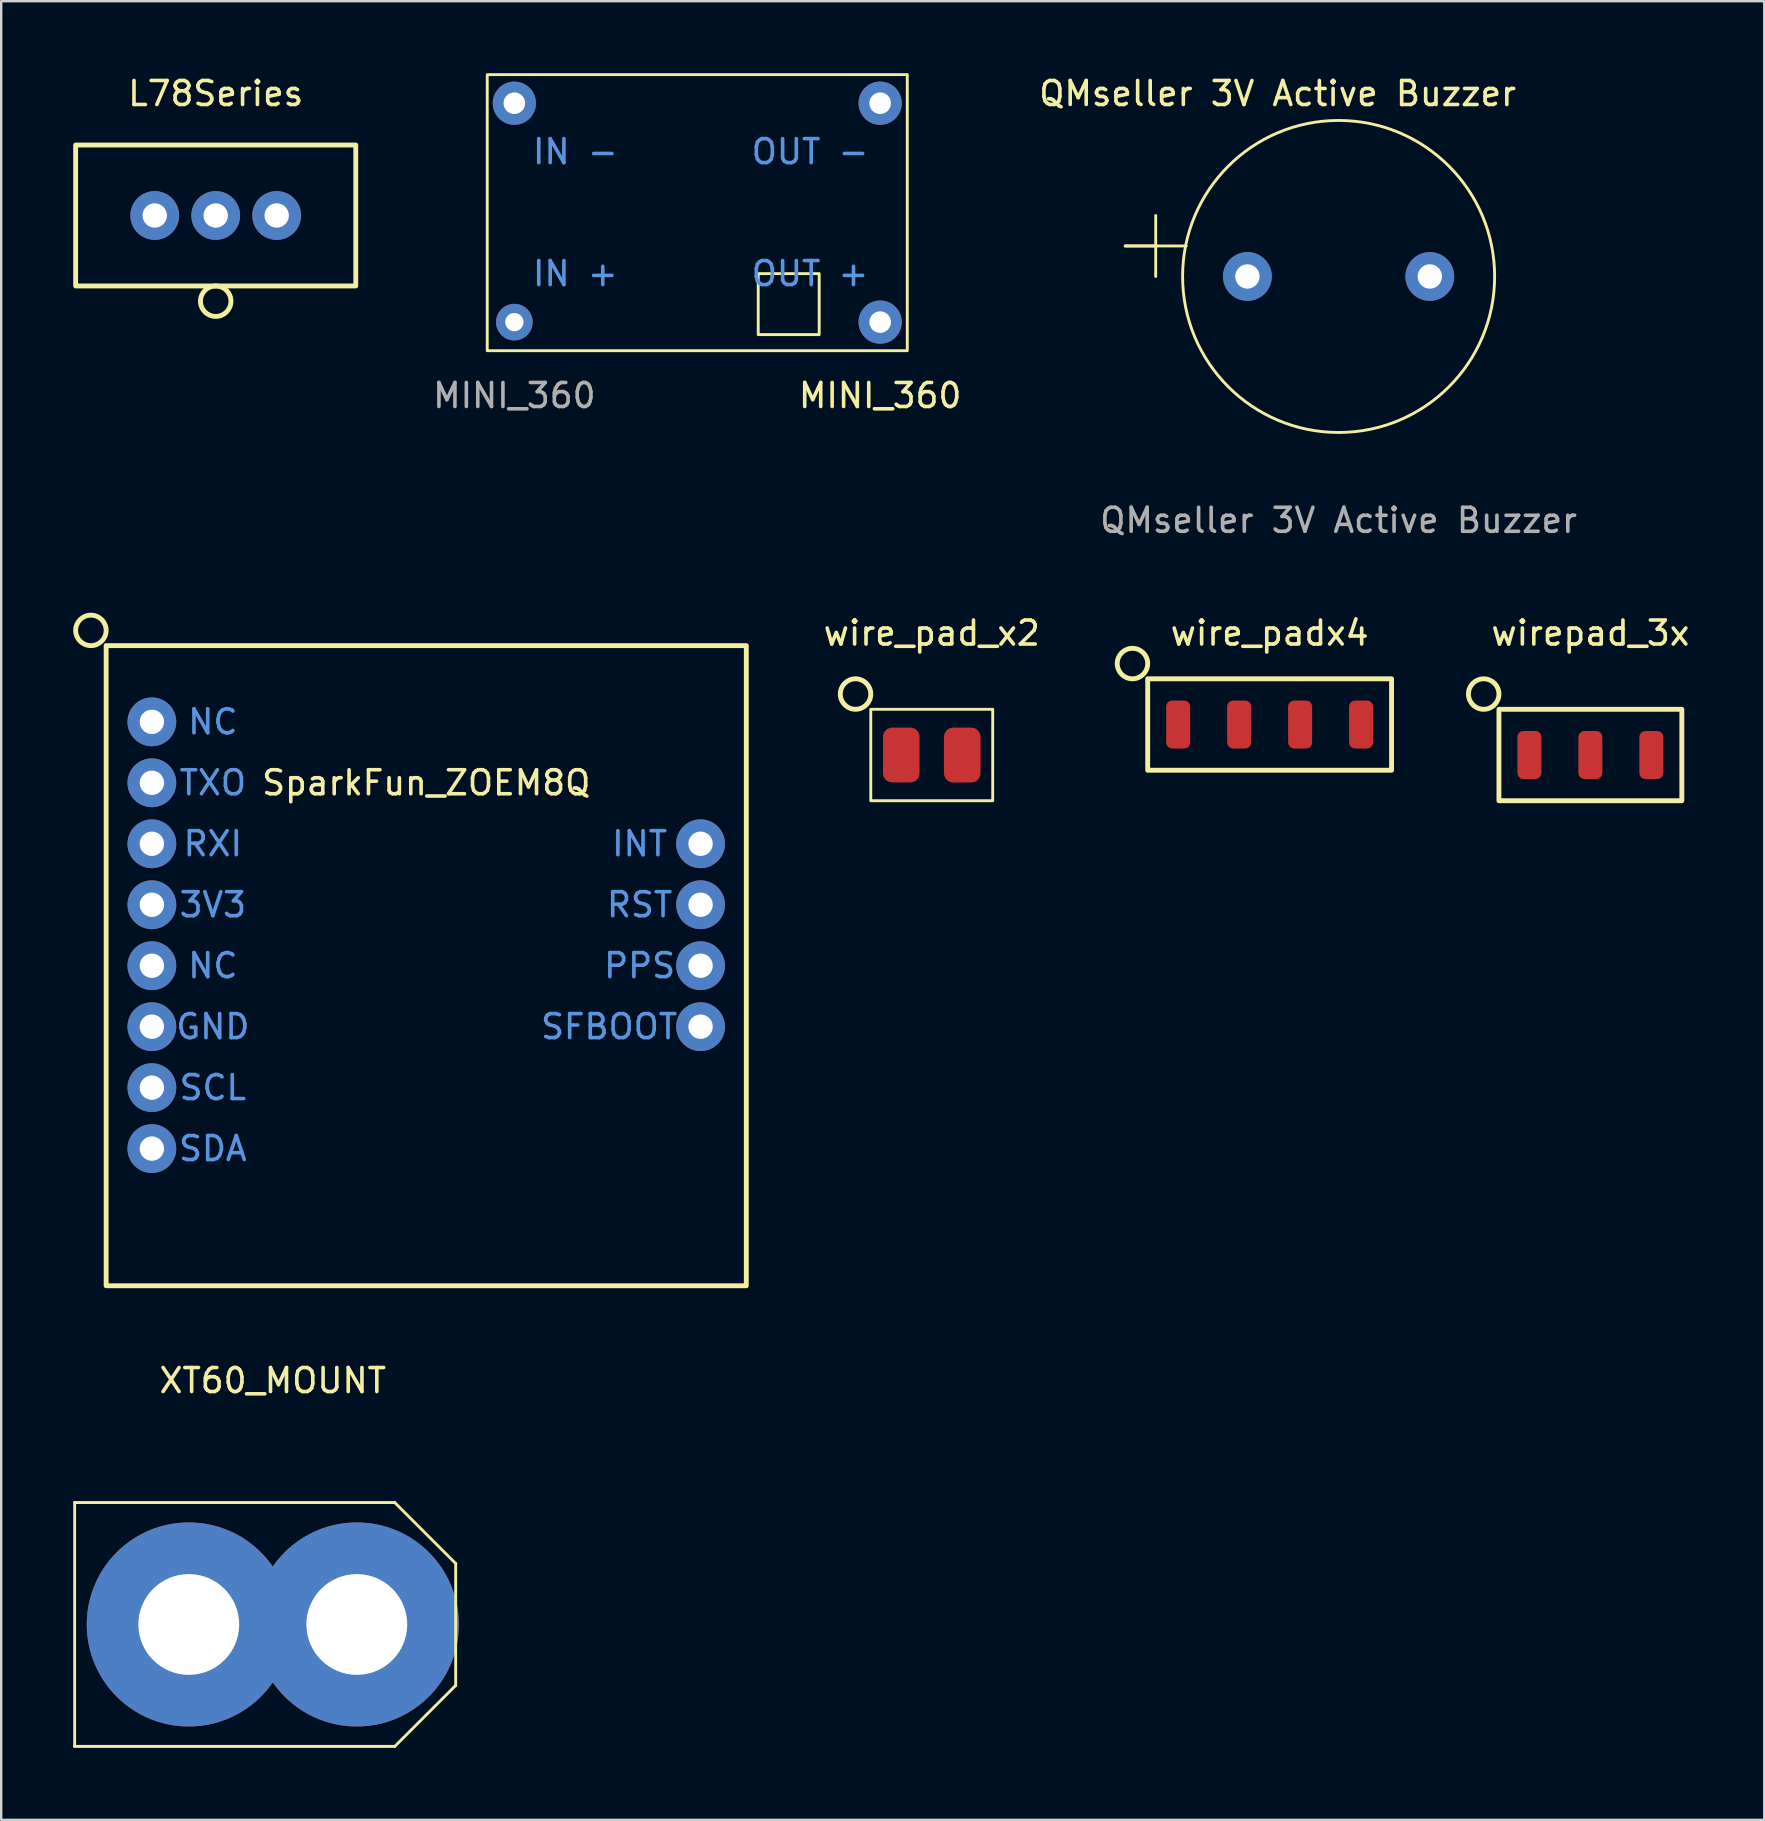
<source format=kicad_pcb>
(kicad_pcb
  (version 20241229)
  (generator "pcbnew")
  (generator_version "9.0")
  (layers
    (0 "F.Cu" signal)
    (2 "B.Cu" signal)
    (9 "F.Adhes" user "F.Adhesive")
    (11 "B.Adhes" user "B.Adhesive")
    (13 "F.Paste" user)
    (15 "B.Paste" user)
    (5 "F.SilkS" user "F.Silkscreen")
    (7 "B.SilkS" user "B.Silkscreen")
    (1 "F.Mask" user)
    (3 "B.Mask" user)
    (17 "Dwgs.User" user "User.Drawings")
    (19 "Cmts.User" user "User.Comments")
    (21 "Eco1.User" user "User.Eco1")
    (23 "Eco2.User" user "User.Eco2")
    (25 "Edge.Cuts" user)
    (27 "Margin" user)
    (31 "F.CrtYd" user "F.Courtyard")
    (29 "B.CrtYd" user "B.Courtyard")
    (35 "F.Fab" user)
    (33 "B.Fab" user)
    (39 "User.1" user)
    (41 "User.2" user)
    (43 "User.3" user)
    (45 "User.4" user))
  (footprint "XT60_MOUNT"
    (layer "F.Cu")
    (at 8.315 64.628)
    (property "Reference" "XT60_MOUNT" (at 0 -10.16 0) (unlocked yes) (layer "F.SilkS") (effects (font (size 1 1) (thickness 0.15))))
    (attr through_hole)
    (fp_line (start -8.255 -5.08) (end -8.255 5.08) (stroke (width 0.12) (type solid)) (layer "F.SilkS"))
    (fp_line (start -8.255 5.08) (end 5.08 5.08) (stroke (width 0.12) (type solid)) (layer "F.SilkS"))
    (fp_line (start 5.08 -5.08) (end -8.255 -5.08) (stroke (width 0.12) (type solid)) (layer "F.SilkS"))
    (fp_line (start 7.62 -2.54) (end 5.08 -5.08) (stroke (width 0.12) (type solid)) (layer "F.SilkS"))
    (fp_line (start 7.62 2.54) (end 5.08 5.08) (stroke (width 0.12) (type solid)) (layer "F.SilkS"))
    (fp_line (start 7.62 2.54) (end 7.62 -2.54) (stroke (width 0.12) (type solid)) (layer "F.SilkS"))
    (pad "1" thru_hole circle (at -3.5 0) (size 8.5 8.5) (drill 4.2) (layers "*.Cu" "*.Mask"))
    (pad "2" thru_hole circle (at 3.5 0) (size 8.5 8.5) (drill 4.2) (layers "*.Cu" "*.Mask")))
  (footprint "wirepad_3x"
    (layer "F.Cu")
    (at 63.208 28.405)
    (property "Reference" "wirepad_3x" (at 0 -5.08 0) (unlocked yes) (layer "F.SilkS") (effects (font (size 1 1) (thickness 0.15))))
    (attr smd)
    (fp_rect (start -3.81 1.905) (end 3.81 -1.905) (stroke (width 0.203) (type solid)) (fill no) (layer "F.SilkS"))
    (fp_circle (center -4.445 -2.54) (end -3.81 -2.54) (stroke (width 0.203) (type solid)) (fill no) (layer "F.SilkS"))
    (pad "1" smd roundrect (at -2.54 0) (size 1 2) (layers "F.Cu" "F.Mask" "F.Paste") (roundrect_rratio 0.25))
    (pad "2" smd roundrect (at 0 0) (size 1 2) (layers "F.Cu" "F.Mask" "F.Paste") (roundrect_rratio 0.25))
    (pad "3" smd roundrect (at 2.54 0) (size 1 2) (layers "F.Cu" "F.Mask" "F.Paste") (roundrect_rratio 0.25)))
  (footprint "QMseller 3V Active Buzzer"
    (layer "F.Cu")
    (at 52.719 8.468)
    (property "Reference" "QMseller 3V Active Buzzer" (at -2.54 -7.62 0) (unlocked yes) (layer "F.SilkS") (effects (font (size 1 1) (thickness 0.15))))
    (attr through_hole)
    (fp_line (start -7.62 -1.27) (end -8.89 -1.27) (stroke (width 0.12) (type solid)) (layer "F.SilkS"))
    (fp_line (start -7.62 0) (end -7.62 -2.54) (stroke (width 0.12) (type solid)) (layer "F.SilkS"))
    (fp_line (start -6.35 -1.27) (end -8.89 -1.27) (stroke (width 0.12) (type solid)) (layer "F.SilkS"))
    (fp_circle (center 0 0) (end 6.5 0) (stroke (width 0.12) (type solid)) (fill no) (layer "F.SilkS"))
    (fp_text user "${REFERENCE}" (at 0 10.16 0) (unlocked yes) (layer "F.Fab") (effects (font (size 1 1) (thickness 0.15))))
    (pad "1" thru_hole circle (at -3.8 0) (size 2.032 2.032) (drill 1.016) (layers "*.Cu" "*.Mask"))
    (pad "2" thru_hole circle (at 3.8 0) (size 2.032 2.032) (drill 1.016) (layers "*.Cu" "*.Mask")))
  (footprint "wire_padx4"
    (layer "F.Cu")
    (at 49.845 27.135)
    (property "Reference" "wire_padx4" (at 0 -3.81 0) (unlocked yes) (layer "F.SilkS") (effects (font (size 1 1) (thickness 0.15))))
    (attr smd)
    (fp_rect (start -5.08 1.905) (end 5.08 -1.905) (stroke (width 0.203) (type solid)) (fill no) (layer "F.SilkS"))
    (fp_circle (center -5.715 -2.54) (end -5.08 -2.54) (stroke (width 0.203) (type solid)) (fill no) (layer "F.SilkS"))
    (pad "1" smd roundrect (at -3.81 0 90) (size 2 1) (layers "F.Cu" "F.Mask" "F.Paste") (roundrect_rratio 0.25))
    (pad "2" smd roundrect (at -1.27 0 90) (size 2 1) (layers "F.Cu" "F.Mask" "F.Paste") (roundrect_rratio 0.25))
    (pad "3" smd roundrect (at 1.27 0 90) (size 2 1) (layers "F.Cu" "F.Mask" "F.Paste") (roundrect_rratio 0.25))
    (pad "4" smd roundrect (at 3.81 0 90) (size 2 1) (layers "F.Cu" "F.Mask" "F.Paste") (roundrect_rratio 0.25)))
  (footprint "SparkFun_ZOEM8Q"
    (layer "F.Cu")
    (at 14.707 33.373)
    (property "Reference" "SparkFun_ZOEM8Q" (at 0 -3.81 0) (unlocked yes) (layer "F.SilkS") (effects (font (size 1 1) (thickness 0.15))))
    (attr through_hole)
    (fp_rect (start -13.335 -9.525) (end 13.335 17.145) (stroke (width 0.203) (type solid)) (fill no) (layer "F.SilkS"))
    (fp_circle (center -13.97 -10.16) (end -13.335 -10.16) (stroke (width 0.203) (type solid)) (fill no) (layer "F.SilkS"))
    (fp_text user "TXO" (at -8.89 -3.81 0) (unlocked yes) (layer "Cmts.User") (effects (font (size 1 1) (thickness 0.15))))
    (fp_text user "3V3" (at -8.89 1.27 0) (unlocked yes) (layer "Cmts.User") (effects (font (size 1 1) (thickness 0.15))))
    (fp_text user "SFBOOT" (at 7.62 6.35 0) (unlocked yes) (layer "Cmts.User") (effects (font (size 1 1) (thickness 0.15))))
    (fp_text user "INT" (at 8.89 -1.27 0) (unlocked yes) (layer "Cmts.User") (effects (font (size 1 1) (thickness 0.15))))
    (fp_text user "SCL" (at -8.89 8.89 0) (unlocked yes) (layer "Cmts.User") (effects (font (size 1 1) (thickness 0.15))))
    (fp_text user "NC" (at -8.89 3.81 0) (unlocked yes) (layer "Cmts.User") (effects (font (size 1 1) (thickness 0.15))))
    (fp_text user "RXI" (at -8.89 -1.27 0) (unlocked yes) (layer "Cmts.User") (effects (font (size 1 1) (thickness 0.15))))
    (fp_text user "RST" (at 8.89 1.27 0) (unlocked yes) (layer "Cmts.User") (effects (font (size 1 1) (thickness 0.15))))
    (fp_text user "SDA" (at -8.89 11.43 0) (unlocked yes) (layer "Cmts.User") (effects (font (size 1 1) (thickness 0.15))))
    (fp_text user "PPS" (at 8.89 3.81 0) (unlocked yes) (layer "Cmts.User") (effects (font (size 1 1) (thickness 0.15))))
    (fp_text user "GND" (at -8.89 6.35 0) (unlocked yes) (layer "Cmts.User") (effects (font (size 1 1) (thickness 0.15))))
    (fp_text user "NC" (at -8.89 -6.35 0) (unlocked yes) (layer "Cmts.User") (effects (font (size 1 1) (thickness 0.15))))
    (pad "0" thru_hole circle (at -11.43 -6.35 270) (size 2.032 2.032) (drill 1.016) (layers "*.Cu" "*.Mask"))
    (pad "1" thru_hole circle (at -11.43 -3.81 270) (size 2.032 2.032) (drill 1.016) (layers "*.Cu" "*.Mask"))
    (pad "2" thru_hole circle (at -11.43 -1.27 270) (size 2.032 2.032) (drill 1.016) (layers "*.Cu" "*.Mask"))
    (pad "3" thru_hole circle (at -11.43 1.27 270) (size 2.032 2.032) (drill 1.016) (layers "*.Cu" "*.Mask"))
    (pad "4" thru_hole circle (at -11.43 3.81 270) (size 2.032 2.032) (drill 1.016) (layers "*.Cu" "*.Mask"))
    (pad "5" thru_hole circle (at -11.43 6.35 270) (size 2.032 2.032) (drill 1.016) (layers "*.Cu" "*.Mask"))
    (pad "6" thru_hole circle (at -11.43 8.89 270) (size 2.032 2.032) (drill 1.016) (layers "*.Cu" "*.Mask"))
    (pad "7" thru_hole circle (at -11.43 11.43 270) (size 2.032 2.032) (drill 1.016) (layers "*.Cu" "*.Mask"))
    (pad "8" thru_hole circle (at 11.43 -1.27 270) (size 2.032 2.032) (drill 1.016) (layers "*.Cu" "*.Mask"))
    (pad "9" thru_hole circle (at 11.43 1.27 270) (size 2.032 2.032) (drill 1.016) (layers "*.Cu" "*.Mask"))
    (pad "10" thru_hole circle (at 11.43 3.81 270) (size 2.032 2.032) (drill 1.016) (layers "*.Cu" "*.Mask"))
    (pad "12" thru_hole circle (at 11.43 6.35 270) (size 2.032 2.032) (drill 1.016) (layers "*.Cu" "*.Mask")))
  (footprint "L78Series"
    (layer "F.Cu")
    (at 5.937 5.928)
    (property "Reference" "L78Series" (at 0 -5.08 0) (unlocked yes) (layer "F.SilkS") (effects (font (size 1 1) (thickness 0.15))))
    (attr through_hole)
    (fp_rect (start -5.835 2.935) (end 5.835 -2.935) (stroke (width 0.203) (type solid)) (fill no) (layer "F.SilkS"))
    (fp_circle (center 0 3.57) (end 0.635 3.57) (stroke (width 0.203) (type solid)) (fill no) (layer "F.SilkS"))
    (pad "1" thru_hole circle (at -2.54 0) (size 2.032 2.032) (drill 1.016) (layers "*.Cu" "*.Mask"))
    (pad "2" thru_hole circle (at 0 0) (size 2.032 2.032) (drill 1.016) (layers "*.Cu" "*.Mask"))
    (pad "3" thru_hole circle (at 2.54 0) (size 2.032 2.032) (drill 1.016) (layers "*.Cu" "*.Mask")))
  (footprint "MINI_360"
    (layer "F.Cu")
    (at 25.999 5.81)
    (property "Reference" "MINI_360" (at 7.62 7.62 0) (unlocked yes) (layer "F.SilkS") (effects (font (size 1 1) (thickness 0.15))))
    (attr through_hole)
    (fp_rect (start 2.54 2.54) (end 5.08 5.08) (stroke (width 0.12) (type solid)) (fill no) (layer "F.SilkS"))
    (fp_rect (start 8.75 5.75) (end -8.75 -5.75) (stroke (width 0.12) (type solid)) (fill no) (layer "F.SilkS"))
    (fp_text user "OUT - " (at 5.08 -2.54 0) (unlocked yes) (layer "Cmts.User") (effects (font (size 1 1) (thickness 0.15))))
    (fp_text user "OUT + " (at 5.08 2.54 0) (unlocked yes) (layer "Cmts.User") (effects (font (size 1 1) (thickness 0.15))))
    (fp_text user "IN -" (at -5.08 -2.54 0) (unlocked yes) (layer "Cmts.User") (effects (font (size 1 1) (thickness 0.15))))
    (fp_text user "IN +" (at -5.08 2.54 0) (unlocked yes) (layer "Cmts.User") (effects (font (size 1 1) (thickness 0.15))))
    (fp_text user "${REFERENCE}" (at -7.62 7.62 0) (unlocked yes) (layer "F.Fab") (effects (font (size 1 1) (thickness 0.15))))
    (pad "1" thru_hole circle (at -7.62 4.56) (size 1.524 1.524) (drill 0.762) (layers "*.Cu" "*.Mask"))
    (pad "2" thru_hole circle (at -7.62 -4.56) (size 1.8 1.8) (drill 0.9) (layers "*.Cu" "*.Mask"))
    (pad "3" thru_hole circle (at 7.62 -4.56) (size 1.8 1.8) (drill 0.9) (layers "*.Cu" "*.Mask"))
    (pad "4" thru_hole circle (at 7.62 4.56) (size 1.8 1.8) (drill 0.9) (layers "*.Cu" "*.Mask")))
  (footprint "wire_pad_x2"
    (layer "F.Cu")
    (at 35.768 28.405)
    (property "Reference" "wire_pad_x2" (at 0 -5.08 0) (unlocked yes) (layer "F.SilkS") (effects (font (size 1 1) (thickness 0.15))))
    (attr smd)
    (fp_rect (start -2.54 -1.905) (end 2.54 1.905) (stroke (width 0.12) (type solid)) (fill no) (layer "F.SilkS"))
    (fp_circle (center -3.175 -2.54) (end -2.54 -2.54) (stroke (width 0.203) (type solid)) (fill no) (layer "F.SilkS"))
    (pad "1" smd roundrect (at -1.27 0 90) (size 2.286 1.524) (layers "F.Cu" "F.Mask" "F.Paste") (roundrect_rratio 0.25))
    (pad "2" smd roundrect (at 1.27 0 90) (size 2.286 1.524) (layers "F.Cu" "F.Mask" "F.Paste") (roundrect_rratio 0.25)))
  (gr_rect
    (start -3 -3)
    (end 70.452 72.768)
    (stroke (width 0.1) (type default))
    (fill no)
    (layer "Edge.Cuts")))
</source>
